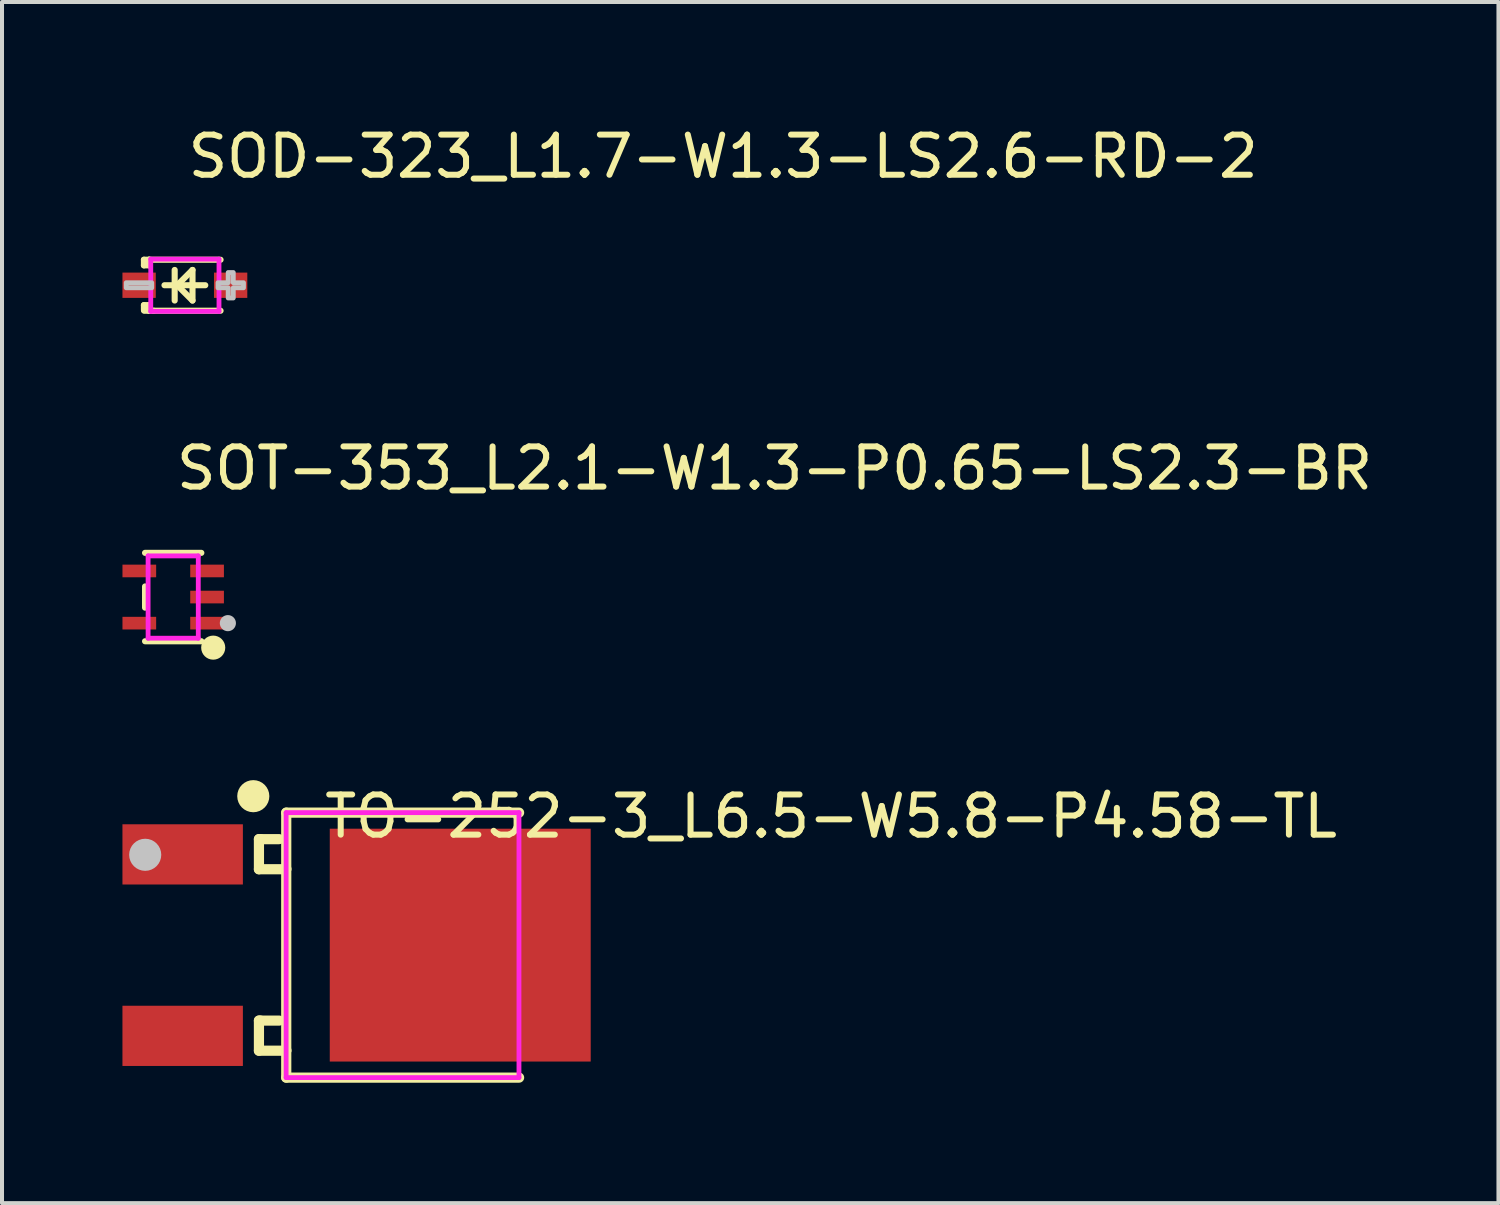
<source format=kicad_pcb>
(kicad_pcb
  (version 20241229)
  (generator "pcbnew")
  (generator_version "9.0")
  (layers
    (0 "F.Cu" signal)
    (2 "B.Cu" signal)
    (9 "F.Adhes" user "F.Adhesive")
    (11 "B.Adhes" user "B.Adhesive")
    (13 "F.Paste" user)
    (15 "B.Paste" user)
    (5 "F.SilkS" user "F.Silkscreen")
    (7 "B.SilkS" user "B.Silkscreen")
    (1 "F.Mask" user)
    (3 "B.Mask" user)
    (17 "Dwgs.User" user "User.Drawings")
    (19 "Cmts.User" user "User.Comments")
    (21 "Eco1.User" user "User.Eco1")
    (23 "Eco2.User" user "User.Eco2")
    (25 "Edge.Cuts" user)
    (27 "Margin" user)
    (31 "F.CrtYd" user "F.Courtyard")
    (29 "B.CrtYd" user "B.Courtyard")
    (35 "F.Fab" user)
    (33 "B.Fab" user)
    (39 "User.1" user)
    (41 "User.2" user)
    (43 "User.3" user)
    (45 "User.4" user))
  (footprint "SOT-353_L2.1-W1.3-P0.65-LS2.3-BR"
    (layer "F.Cu")
    (at 1.264 11.822)
    (property "Reference" "SOT-353_L2.1-W1.3-P0.65-LS2.3-BR" (at 0 -3.207 0) (layer "F.SilkS") (effects (font (size 1 1) (thickness 0.15)) (justify left)))
    (attr through_hole)
    (fp_line (start -0.701 -0.264) (end -0.701 0.264) (stroke (width 0.152) (type solid)) (layer "F.SilkS"))
    (fp_line (start 0.701 -1.101) (end -0.701 -1.101) (stroke (width 0.152) (type solid)) (layer "F.SilkS"))
    (fp_line (start 0.701 1.101) (end -0.701 1.101) (stroke (width 0.152) (type solid)) (layer "F.SilkS"))
    (fp_circle (center 0.997 1.26) (end 1.147 1.26) (stroke (width 0.3) (type solid)) (fill no) (layer "F.SilkS"))
    (fp_circle (center 1.362 0.65) (end 1.463 0.65) (stroke (width 0.2) (type solid)) (fill no) (layer "Dwgs.User"))
    (fp_line (start -0.737 -0.763) (end -0.615 -0.763) (stroke (width 0.12) (type solid)) (layer "Eco2.User"))
    (fp_line (start -0.737 -0.537) (end -0.737 -0.763) (stroke (width 0.12) (type solid)) (layer "Eco2.User"))
    (fp_line (start -0.737 0.537) (end -0.615 0.537) (stroke (width 0.12) (type solid)) (layer "Eco2.User"))
    (fp_line (start -0.737 0.763) (end -0.737 0.537) (stroke (width 0.12) (type solid)) (layer "Eco2.User"))
    (fp_line (start -0.615 -0.763) (end -0.615 -0.537) (stroke (width 0.12) (type solid)) (layer "Eco2.User"))
    (fp_line (start -0.615 -0.537) (end -0.737 -0.537) (stroke (width 0.12) (type solid)) (layer "Eco2.User"))
    (fp_line (start -0.615 0.537) (end -0.615 0.763) (stroke (width 0.12) (type solid)) (layer "Eco2.User"))
    (fp_line (start -0.615 0.763) (end -0.737 0.763) (stroke (width 0.12) (type solid)) (layer "Eco2.User"))
    (fp_line (start 0.615 -0.763) (end 0.737 -0.763) (stroke (width 0.12) (type solid)) (layer "Eco2.User"))
    (fp_line (start 0.615 -0.537) (end 0.615 -0.763) (stroke (width 0.12) (type solid)) (layer "Eco2.User"))
    (fp_line (start 0.615 -0.112) (end 0.737 -0.112) (stroke (width 0.12) (type solid)) (layer "Eco2.User"))
    (fp_line (start 0.615 0.112) (end 0.615 -0.112) (stroke (width 0.12) (type solid)) (layer "Eco2.User"))
    (fp_line (start 0.615 0.537) (end 0.737 0.537) (stroke (width 0.12) (type solid)) (layer "Eco2.User"))
    (fp_line (start 0.615 0.763) (end 0.615 0.537) (stroke (width 0.12) (type solid)) (layer "Eco2.User"))
    (fp_line (start 0.737 -0.763) (end 0.737 -0.537) (stroke (width 0.12) (type solid)) (layer "Eco2.User"))
    (fp_line (start 0.737 -0.537) (end 0.615 -0.537) (stroke (width 0.12) (type solid)) (layer "Eco2.User"))
    (fp_line (start 0.737 -0.112) (end 0.737 0.112) (stroke (width 0.12) (type solid)) (layer "Eco2.User"))
    (fp_line (start 0.737 0.112) (end 0.615 0.112) (stroke (width 0.12) (type solid)) (layer "Eco2.User"))
    (fp_line (start 0.737 0.537) (end 0.737 0.763) (stroke (width 0.12) (type solid)) (layer "Eco2.User"))
    (fp_line (start 0.737 0.763) (end 0.615 0.763) (stroke (width 0.12) (type solid)) (layer "Eco2.User"))
    (fp_circle (center 1.063 1.025) (end 1.093 1.025) (stroke (width 0.06) (type solid)) (fill no) (layer "Eco2.User"))
    (fp_poly (pts (xy -0.728 -0.537) (xy -0.728 -0.763) (xy -1.063 -0.763) (xy -1.063 -0.537)) (stroke (width 0.12) (type solid)) (fill no) (layer "Eco2.User"))
    (fp_poly (pts (xy -0.728 0.763) (xy -0.728 0.537) (xy -1.063 0.537) (xy -1.063 0.763)) (stroke (width 0.12) (type solid)) (fill no) (layer "Eco2.User"))
    (fp_poly (pts (xy 0.728 -0.537) (xy 0.728 -0.763) (xy 1.063 -0.763) (xy 1.063 -0.537)) (stroke (width 0.12) (type solid)) (fill no) (layer "Eco2.User"))
    (fp_poly (pts (xy 0.728 0.112) (xy 0.728 -0.112) (xy 1.063 -0.112) (xy 1.063 0.112)) (stroke (width 0.12) (type solid)) (fill no) (layer "Eco2.User"))
    (fp_poly (pts (xy 0.728 0.763) (xy 0.728 0.537) (xy 1.063 0.537) (xy 1.063 0.763)) (stroke (width 0.12) (type solid)) (fill no) (layer "Eco2.User"))
    (fp_line (start -0.625 -1.025) (end 0.625 -1.025) (stroke (width 0.12) (type solid)) (layer "F.CrtYd"))
    (fp_line (start -0.625 1.025) (end -0.625 -1.025) (stroke (width 0.12) (type solid)) (layer "F.CrtYd"))
    (fp_line (start 0.625 -1.025) (end 0.625 1.025) (stroke (width 0.12) (type solid)) (layer "F.CrtYd"))
    (fp_line (start 0.625 1.025) (end -0.625 1.025) (stroke (width 0.12) (type solid)) (layer "F.CrtYd"))
    (pad "1" smd rect (at 0.844 0.65) (size 0.839 0.315) (layers "F.Cu" "F.Mask" "F.Paste"))
    (pad "2" smd rect (at 0.844 0) (size 0.839 0.315) (layers "F.Cu" "F.Mask" "F.Paste"))
    (pad "3" smd rect (at 0.844 -0.65) (size 0.839 0.315) (layers "F.Cu" "F.Mask" "F.Paste"))
    (pad "4" smd rect (at -0.844 -0.65) (size 0.839 0.315) (layers "F.Cu" "F.Mask" "F.Paste"))
    (pad "5" smd rect (at -0.844 0.65) (size 0.839 0.315) (layers "F.Cu" "F.Mask" "F.Paste")))
  (footprint "TO-252-3_L6.5-W5.8-P4.58-TL"
    (layer "F.Cu")
    (at 4.957 20.492)
    (property "Reference" "TO-252-3_L6.5-W5.8-P4.58-TL" (at 0 -3.207 0) (layer "F.SilkS") (effects (font (size 1 1) (thickness 0.15)) (justify left)))
    (attr through_hole)
    (fp_line (start -1.557 -2.64) (end -1.557 -1.89) (stroke (width 0.254) (type solid)) (layer "F.SilkS"))
    (fp_line (start -1.557 -1.89) (end -0.877 -1.89) (stroke (width 0.254) (type solid)) (layer "F.SilkS"))
    (fp_line (start -1.557 1.88) (end -1.557 2.63) (stroke (width 0.254) (type solid)) (layer "F.SilkS"))
    (fp_line (start -1.557 2.63) (end -0.877 2.63) (stroke (width 0.254) (type solid)) (layer "F.SilkS"))
    (fp_line (start -1.517 -2.64) (end -1.557 -2.64) (stroke (width 0.254) (type solid)) (layer "F.SilkS"))
    (fp_line (start -1.517 1.88) (end -1.557 1.88) (stroke (width 0.254) (type solid)) (layer "F.SilkS"))
    (fp_line (start -1.057 -2.64) (end -1.517 -2.64) (stroke (width 0.254) (type solid)) (layer "F.SilkS"))
    (fp_line (start -1.057 1.88) (end -1.517 1.88) (stroke (width 0.254) (type solid)) (layer "F.SilkS"))
    (fp_line (start -0.877 -3.3) (end -0.877 3.3) (stroke (width 0.254) (type solid)) (layer "F.SilkS"))
    (fp_line (start -0.877 -1.89) (end -0.877 -1.909) (stroke (width 0.254) (type solid)) (layer "F.SilkS"))
    (fp_line (start -0.877 2.63) (end -0.877 2.611) (stroke (width 0.254) (type solid)) (layer "F.SilkS"))
    (fp_line (start -0.877 3.3) (end 4.923 3.3) (stroke (width 0.254) (type solid)) (layer "F.SilkS"))
    (fp_line (start 4.923 -3.3) (end -0.877 -3.3) (stroke (width 0.254) (type solid)) (layer "F.SilkS"))
    (fp_arc (start -1.699 -3.51) (mid -1.69827 -3.910002) (end -1.69646 -3.510003) (stroke (width 0.4) (type solid)) (layer "F.SilkS"))
    (fp_circle (center -4.39 -2.25) (end -4.19 -2.25) (stroke (width 0.4) (type solid)) (fill no) (layer "Dwgs.User"))
    (fp_line (start -2.355 1.885) (end -0.855 1.885) (stroke (width 0.12) (type solid)) (layer "Eco2.User"))
    (fp_line (start -2.355 2.635) (end -2.355 1.885) (stroke (width 0.12) (type solid)) (layer "Eco2.User"))
    (fp_line (start -2.354 -2.635) (end -0.854 -2.635) (stroke (width 0.12) (type solid)) (layer "Eco2.User"))
    (fp_line (start -2.354 -1.885) (end -2.354 -2.635) (stroke (width 0.12) (type solid)) (layer "Eco2.User"))
    (fp_line (start -0.855 1.885) (end -0.855 2.635) (stroke (width 0.12) (type solid)) (layer "Eco2.User"))
    (fp_line (start -0.855 2.635) (end -2.355 2.635) (stroke (width 0.12) (type solid)) (layer "Eco2.User"))
    (fp_line (start -0.854 -2.635) (end -0.854 -1.885) (stroke (width 0.12) (type solid)) (layer "Eco2.User"))
    (fp_line (start -0.854 -1.885) (end -2.354 -1.885) (stroke (width 0.12) (type solid)) (layer "Eco2.User"))
    (fp_circle (center -3.777 -3.3) (end -3.747 -3.3) (stroke (width 0.06) (type solid)) (fill no) (layer "Eco2.User"))
    (fp_poly (pts (xy -3.777 -1.87) (xy -3.777 -2.65) (xy -2.277 -2.65) (xy -2.277 -1.87)) (stroke (width 0.12) (type solid)) (fill no) (layer "Eco2.User"))
    (fp_poly (pts (xy -3.77 2.65) (xy -3.77 1.87) (xy -2.27 1.87) (xy -2.27 2.65)) (stroke (width 0.12) (type solid)) (fill no) (layer "Eco2.User"))
    (fp_poly (pts (xy 5.77 -2.4) (xy 5.77 2.4) (xy 0.57 2.4) (xy 0.57 -2.4)) (stroke (width 0.12) (type solid)) (fill no) (layer "Eco2.User"))
    (fp_line (start -0.88 -3.3) (end 4.92 -3.3) (stroke (width 0.12) (type solid)) (layer "F.CrtYd"))
    (fp_line (start -0.88 3.3) (end -0.88 -3.3) (stroke (width 0.12) (type solid)) (layer "F.CrtYd"))
    (fp_line (start 4.92 -3.3) (end 4.92 3.3) (stroke (width 0.12) (type solid)) (layer "F.CrtYd"))
    (fp_line (start 4.92 3.3) (end -0.88 3.3) (stroke (width 0.12) (type solid)) (layer "F.CrtYd"))
    (pad "1" smd rect (at -3.457 -2.26) (size 3 1.5) (layers "F.Cu" "F.Mask" "F.Paste"))
    (pad "2" smd rect (at 3.457 0) (size 6.5 5.8) (layers "F.Cu" "F.Mask" "F.Paste"))
    (pad "3" smd rect (at -3.457 2.26) (size 3 1.5) (layers "F.Cu" "F.Mask" "F.Paste")))
  (footprint "SOD-323_L1.7-W1.3-LS2.6-RD-2"
    (layer "F.Cu")
    (at 1.555 4.055)
    (property "Reference" "SOD-323_L1.7-W1.3-LS2.6-RD-2" (at 0 -3.207 0) (layer "F.SilkS") (effects (font (size 1 1) (thickness 0.15)) (justify left)))
    (attr through_hole)
    (fp_line (start -1.02 -0.635) (end -1.02 -0.495) (stroke (width 0.152) (type solid)) (layer "F.SilkS"))
    (fp_line (start -1.02 -0.495) (end -0.889 -0.495) (stroke (width 0.152) (type solid)) (layer "F.SilkS"))
    (fp_line (start -1.02 0.495) (end -1.02 0.62) (stroke (width 0.152) (type solid)) (layer "F.SilkS"))
    (fp_line (start -1.02 0.495) (end -0.889 0.495) (stroke (width 0.152) (type solid)) (layer "F.SilkS"))
    (fp_line (start -0.889 -0.635) (end -1.02 -0.635) (stroke (width 0.152) (type solid)) (layer "F.SilkS"))
    (fp_line (start -0.889 -0.635) (end -0.889 -0.595) (stroke (width 0.152) (type solid)) (layer "F.SilkS"))
    (fp_line (start -0.889 -0.635) (end 0.889 -0.635) (stroke (width 0.152) (type solid)) (layer "F.SilkS"))
    (fp_line (start -0.889 -0.495) (end -0.889 -0.635) (stroke (width 0.152) (type solid)) (layer "F.SilkS"))
    (fp_line (start -0.889 0.595) (end -0.889 0.495) (stroke (width 0.152) (type solid)) (layer "F.SilkS"))
    (fp_line (start -0.889 0.595) (end -0.889 0.635) (stroke (width 0.152) (type solid)) (layer "F.SilkS"))
    (fp_line (start -0.889 0.635) (end 0.889 0.635) (stroke (width 0.152) (type solid)) (layer "F.SilkS"))
    (fp_line (start -0.776 0.635) (end -1.014 0.635) (stroke (width 0.152) (type solid)) (layer "F.SilkS"))
    (fp_line (start -0.254 -0.381) (end -0.254 0.381) (stroke (width 0.152) (type solid)) (layer "F.SilkS"))
    (fp_line (start -0.191 0) (end 0.19 -0.381) (stroke (width 0.152) (type solid)) (layer "F.SilkS"))
    (fp_line (start 0.19 -0.381) (end 0.19 0.381) (stroke (width 0.152) (type solid)) (layer "F.SilkS"))
    (fp_line (start 0.19 0.381) (end -0.191 0) (stroke (width 0.152) (type solid)) (layer "F.SilkS"))
    (fp_line (start 0.508 0) (end -0.508 0) (stroke (width 0.152) (type solid)) (layer "F.SilkS"))
    (fp_poly (pts (xy -1.461 -0.063) (xy -1.461 0.064) (xy -0.826 0.064) (xy -0.826 -0.063)) (stroke (width 0.12) (type solid)) (fill no) (layer "Dwgs.User"))
    (fp_poly (pts (xy 0.825 -0.063) (xy 0.825 0.064) (xy 1.079 0.064) (xy 1.079 0.318) (xy 1.206 0.318) (xy 1.206 0.064) (xy 1.46 0.064) (xy 1.46 -0.063) (xy 1.206 -0.063) (xy 1.206 -0.317) (xy 1.079 -0.317) (xy 1.079 -0.063)) (stroke (width 0.12) (type solid)) (fill no) (layer "Dwgs.User"))
    (fp_line (start -0.972 -0.16) (end -0.972 0.16) (stroke (width 0.12) (type solid)) (layer "Eco2.User"))
    (fp_line (start -0.972 0.16) (end -0.812 0.16) (stroke (width 0.12) (type solid)) (layer "Eco2.User"))
    (fp_line (start -0.812 -0.16) (end -0.972 -0.16) (stroke (width 0.12) (type solid)) (layer "Eco2.User"))
    (fp_line (start -0.812 0.16) (end -0.812 -0.16) (stroke (width 0.12) (type solid)) (layer "Eco2.User"))
    (fp_line (start 0.812 -0.16) (end 0.812 0.16) (stroke (width 0.12) (type solid)) (layer "Eco2.User"))
    (fp_line (start 0.812 0.16) (end 0.972 0.16) (stroke (width 0.12) (type solid)) (layer "Eco2.User"))
    (fp_line (start 0.972 -0.16) (end 0.812 -0.16) (stroke (width 0.12) (type solid)) (layer "Eco2.User"))
    (fp_line (start 0.972 0.16) (end 0.972 -0.16) (stroke (width 0.12) (type solid)) (layer "Eco2.User"))
    (fp_circle (center -1.3 0.65) (end -1.27 0.65) (stroke (width 0.06) (type solid)) (fill no) (layer "Eco2.User"))
    (fp_poly (pts (xy -0.95 -0.163) (xy -0.95 0.163) (xy -1.3 0.163) (xy -1.3 -0.163)) (stroke (width 0.12) (type solid)) (fill no) (layer "Eco2.User"))
    (fp_poly (pts (xy 1.3 -0.163) (xy 1.3 0.163) (xy 0.95 0.163) (xy 0.95 -0.163)) (stroke (width 0.12) (type solid)) (fill no) (layer "Eco2.User"))
    (fp_line (start -0.85 -0.65) (end 0.85 -0.65) (stroke (width 0.12) (type solid)) (layer "F.CrtYd"))
    (fp_line (start -0.85 0.65) (end -0.85 -0.65) (stroke (width 0.12) (type solid)) (layer "F.CrtYd"))
    (fp_line (start 0.85 -0.65) (end 0.85 0.65) (stroke (width 0.12) (type solid)) (layer "F.CrtYd"))
    (fp_line (start 0.85 0.65) (end -0.85 0.65) (stroke (width 0.12) (type solid)) (layer "F.CrtYd"))
    (pad "1" smd rect (at -1.14 0 90) (size 0.63 0.83) (layers "F.Cu" "F.Mask" "F.Paste"))
    (pad "2" smd rect (at 1.14 0 90) (size 0.63 0.83) (layers "F.Cu" "F.Mask" "F.Paste")))
  (gr_rect
    (start -3 -3)
    (end 34.275 26.919)
    (stroke (width 0.1) (type default))
    (fill no)
    (layer "Edge.Cuts")))
</source>
